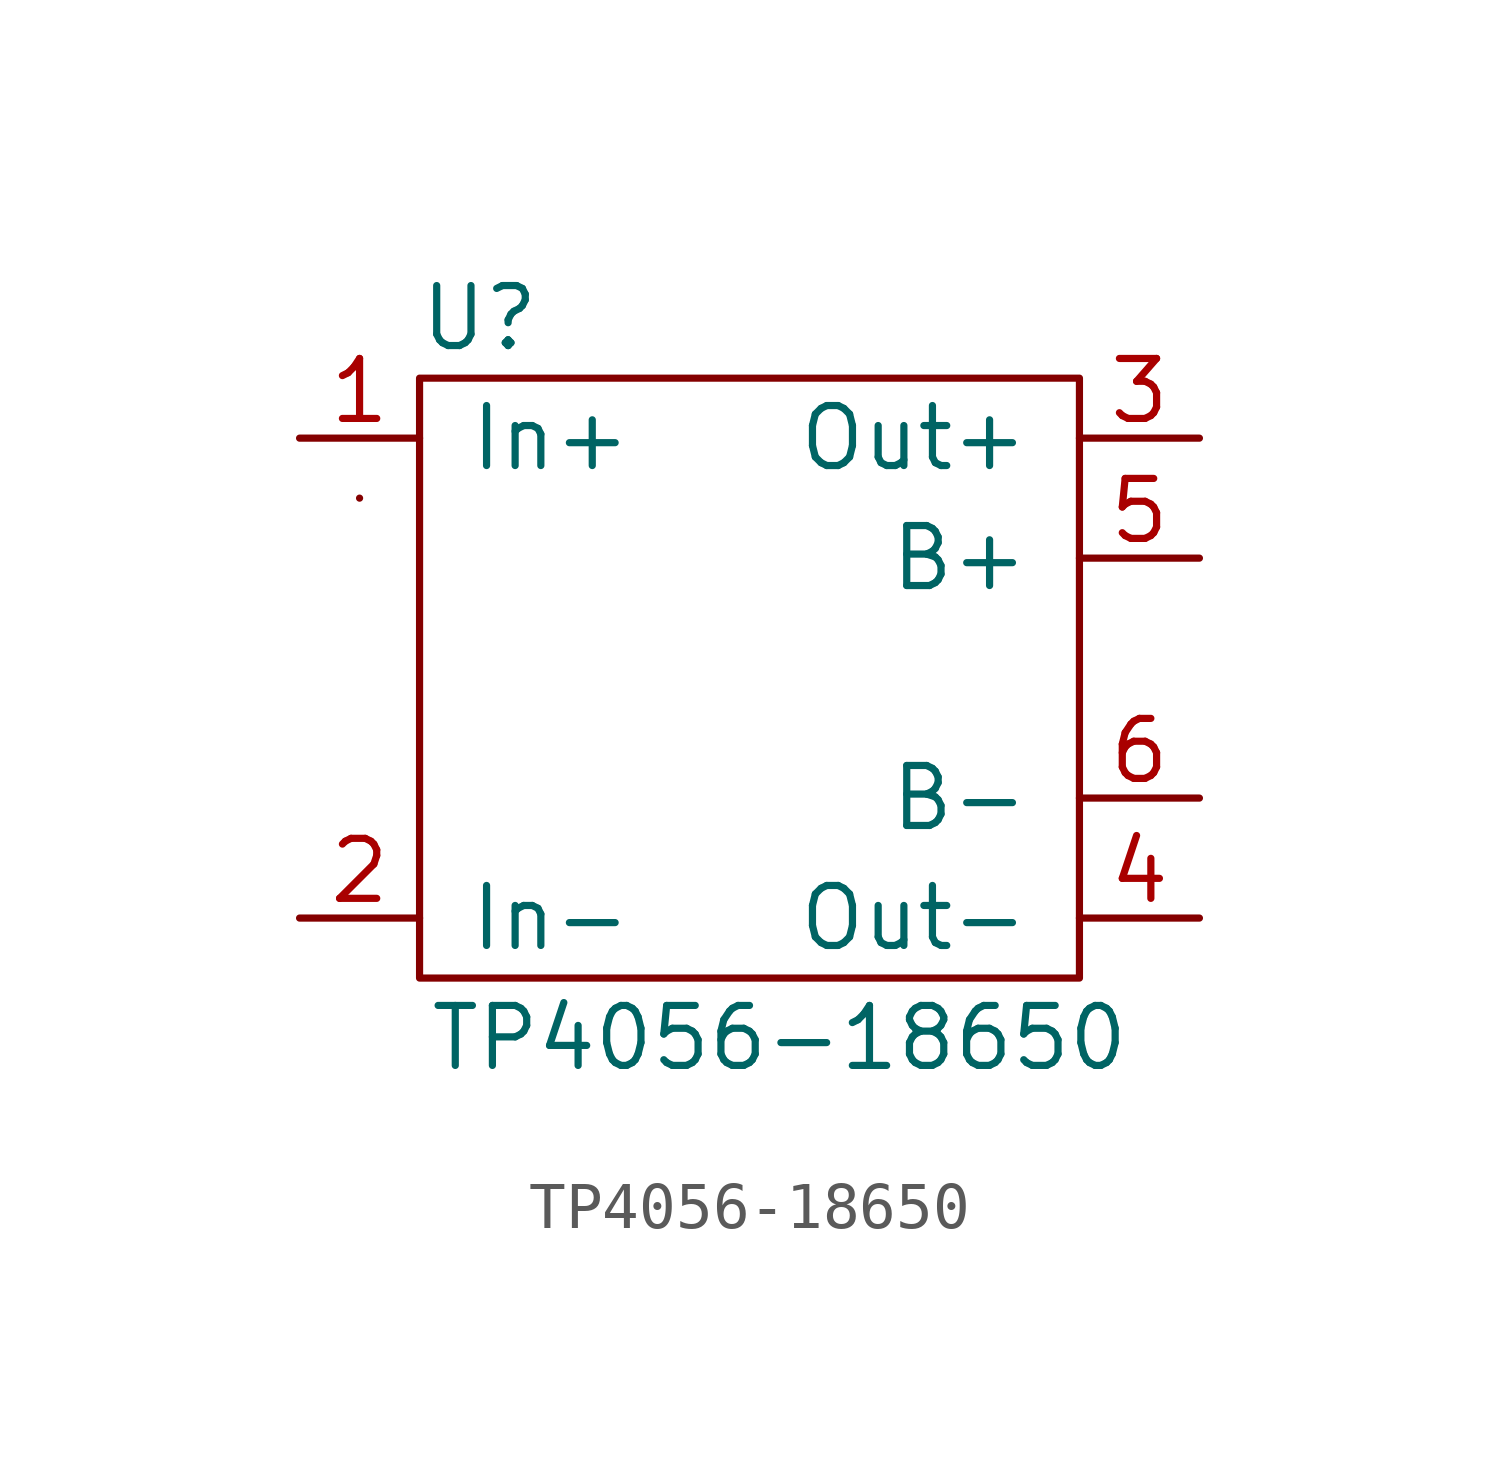
<source format=kicad_sym>
(kicad_symbol_lib
  (version 20211014)
  (generator kicad_symbol_editor)
  (symbol "TP4056-18650"
    (pin_names
      (offset 1.016))
    (property "Reference" "U"
      (at -6.35 7.62 0)
      (effects (font (size 1.27 1.27))))
    (property "Value" "TP4056-18650"
      (at 0 -7.62 0)
      (effects (font (size 1.27 1.27))))
    (symbol "TP4056-18650_0_1"
      (rectangle (start -8.89 3.81) (end -8.89 3.81) (stroke (width 0) (type default) (color 0 0 0 0)) (fill (type none)))
      (polyline (pts (xy -7.62 6.35) (xy 6.35 6.35) (xy 6.35 -6.35) (xy -7.62 -6.35) (xy -7.62 6.35)) (stroke (width 0) (type default) (color 0 0 0 0)) (fill (type none))))
    (symbol "TP4056-18650_1_1"
      (pin input line (at -10.16 5.08 0) (length 2.54) (name "In+" (effects (font (size 1.27 1.27)))) (number "1" (effects (font (size 1.27 1.27)))))
      (pin input line (at -10.16 -5.08 0) (length 2.54) (name "In-" (effects (font (size 1.27 1.27)))) (number "2" (effects (font (size 1.27 1.27)))))
      (pin output line (at 8.89 5.08 180) (length 2.54) (name "Out+" (effects (font (size 1.27 1.27)))) (number "3" (effects (font (size 1.27 1.27)))))
      (pin output line (at 8.89 -5.08 180) (length 2.54) (name "Out-" (effects (font (size 1.27 1.27)))) (number "4" (effects (font (size 1.27 1.27)))))
      (pin input line (at 8.89 2.54 180) (length 2.54) (name "B+" (effects (font (size 1.27 1.27)))) (number "5" (effects (font (size 1.27 1.27)))))
      (pin input line (at 8.89 -2.54 180) (length 2.54) (name "B-" (effects (font (size 1.27 1.27)))) (number "6" (effects (font (size 1.27 1.27))))))))
</source>
